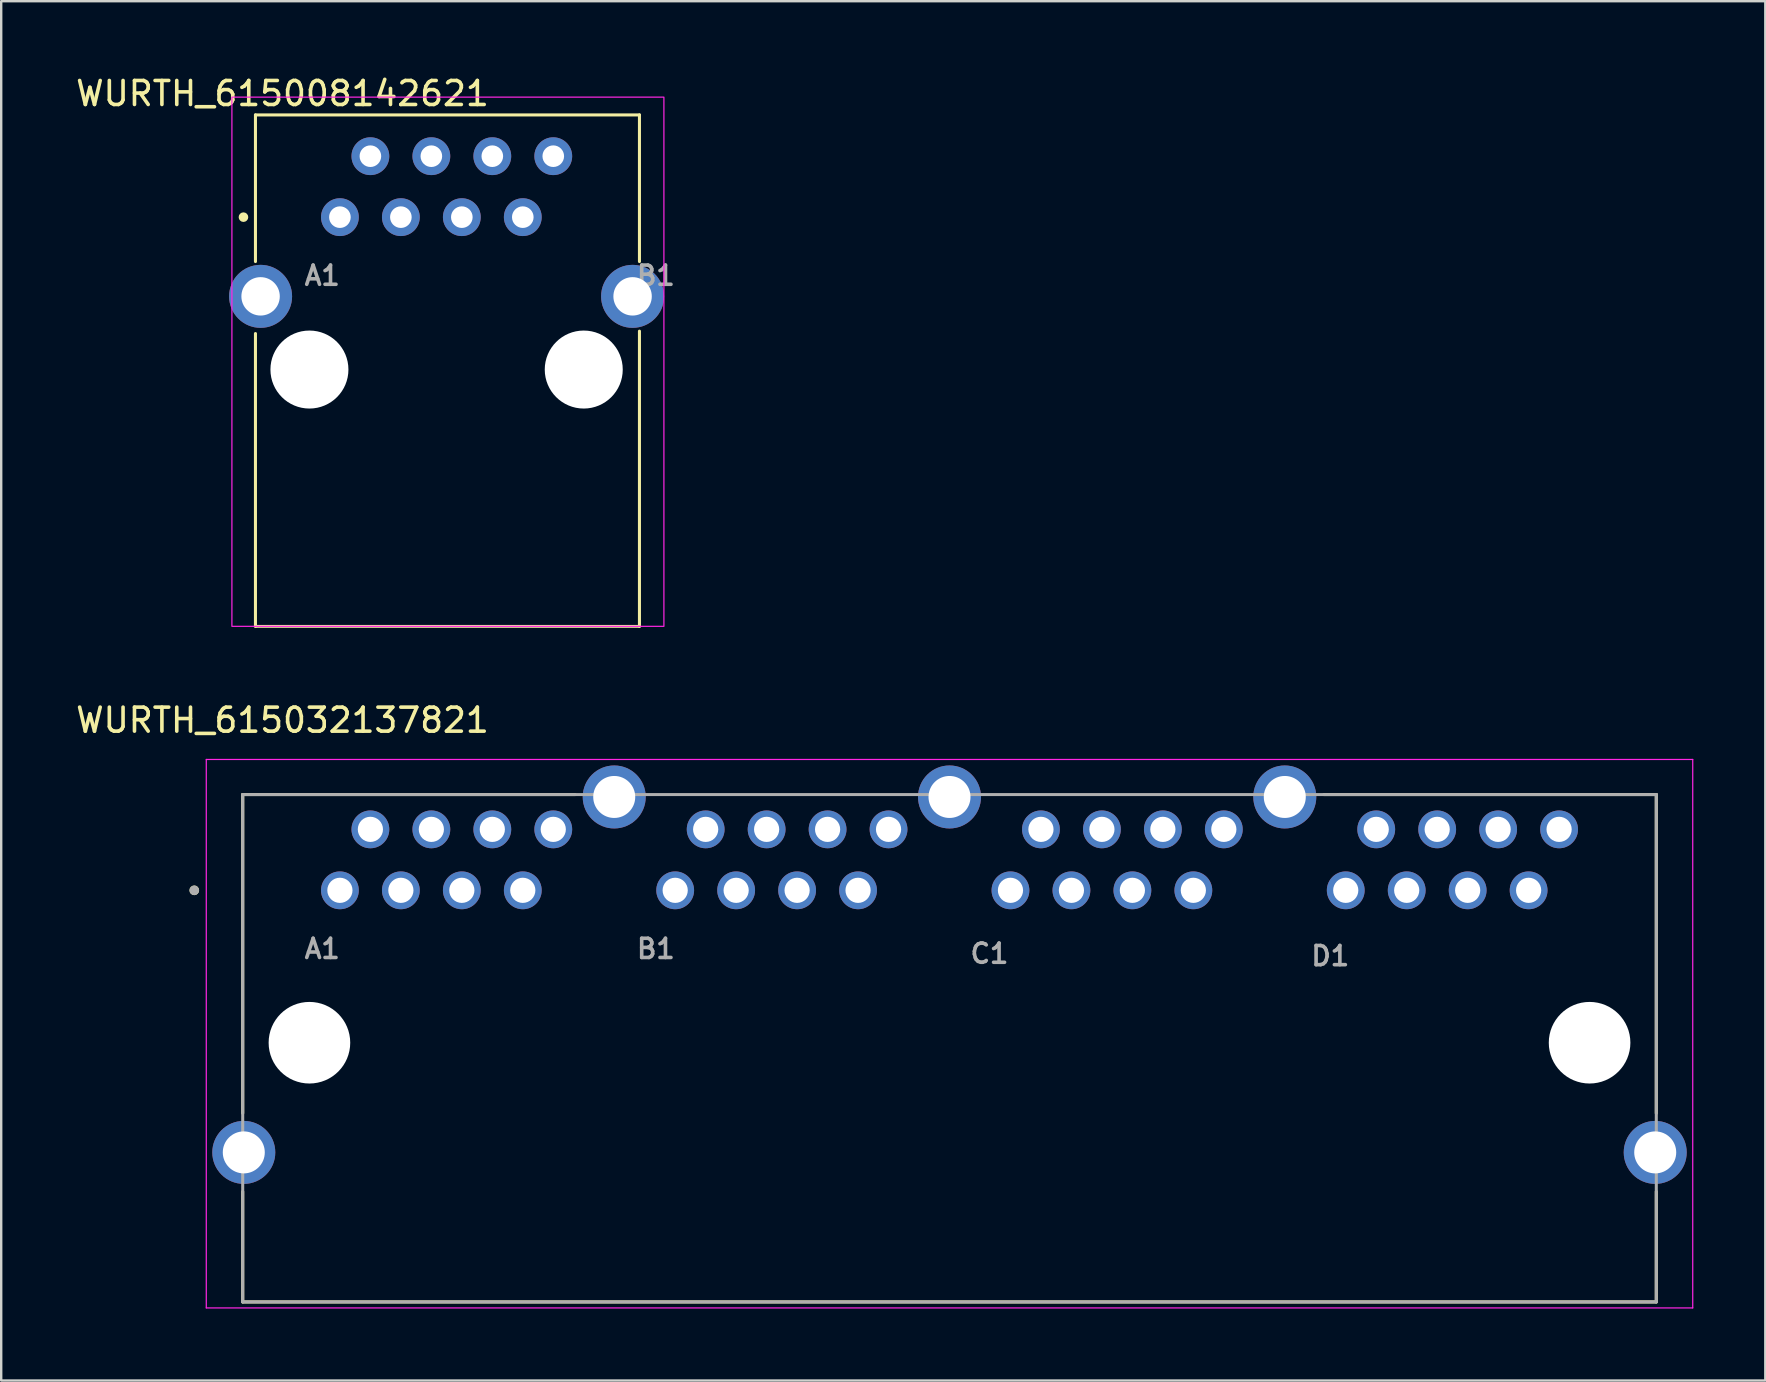
<source format=kicad_pcb>
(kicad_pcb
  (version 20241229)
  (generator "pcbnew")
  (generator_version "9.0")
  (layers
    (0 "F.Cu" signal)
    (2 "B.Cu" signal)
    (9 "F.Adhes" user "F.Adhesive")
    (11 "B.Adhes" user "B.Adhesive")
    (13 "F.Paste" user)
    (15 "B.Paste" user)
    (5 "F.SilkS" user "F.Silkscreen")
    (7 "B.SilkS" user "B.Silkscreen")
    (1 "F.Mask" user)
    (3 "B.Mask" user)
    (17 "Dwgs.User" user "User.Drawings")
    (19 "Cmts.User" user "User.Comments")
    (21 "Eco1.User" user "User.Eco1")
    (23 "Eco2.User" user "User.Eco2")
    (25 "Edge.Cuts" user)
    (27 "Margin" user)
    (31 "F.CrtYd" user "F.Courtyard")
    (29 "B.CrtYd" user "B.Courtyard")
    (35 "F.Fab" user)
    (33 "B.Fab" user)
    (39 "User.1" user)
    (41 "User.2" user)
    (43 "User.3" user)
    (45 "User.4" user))
  (footprint "WURTH_615032137821"
    (layer "F.Cu")
    (at 36.513 40.627)
    (property "Reference" "WURTH_615032137821" (at -27.793 -13.668 180) (layer "F.SilkS") (effects (font (size 1 1) (thickness 0.15))))
    (attr through_hole)
    (fp_line (start -29.45 -10.57) (end -15.602 -10.57) (stroke (width 0.127) (type solid)) (layer "F.SilkS"))
    (fp_line (start -29.45 2.708) (end -29.45 -10.57) (stroke (width 0.127) (type solid)) (layer "F.SilkS"))
    (fp_line (start -29.45 10.57) (end -29.45 5.973) (stroke (width 0.127) (type solid)) (layer "F.SilkS"))
    (fp_line (start 15.602 -10.57) (end 29.45 -10.57) (stroke (width 0.127) (type solid)) (layer "F.SilkS"))
    (fp_line (start 29.45 -10.57) (end 29.45 2.708) (stroke (width 0.127) (type solid)) (layer "F.SilkS"))
    (fp_line (start 29.45 10.57) (end -29.45 10.57) (stroke (width 0.127) (type solid)) (layer "F.SilkS"))
    (fp_line (start 29.45 10.57) (end 29.45 5.973) (stroke (width 0.127) (type solid)) (layer "F.SilkS"))
    (fp_circle (center -31.468 -6.58) (end -31.367 -6.58) (stroke (width 0.2) (type solid)) (fill no) (layer "F.SilkS"))
    (fp_line (start -30.968 -12.033) (end -30.968 10.82) (stroke (width 0.05) (type solid)) (layer "F.CrtYd"))
    (fp_line (start -30.968 10.82) (end 30.968 10.82) (stroke (width 0.05) (type solid)) (layer "F.CrtYd"))
    (fp_line (start 30.968 -12.033) (end -30.968 -12.033) (stroke (width 0.05) (type solid)) (layer "F.CrtYd"))
    (fp_line (start 30.968 10.82) (end 30.968 -12.033) (stroke (width 0.05) (type solid)) (layer "F.CrtYd"))
    (fp_line (start -29.45 -10.57) (end 29.45 -10.57) (stroke (width 0.127) (type solid)) (layer "F.Fab"))
    (fp_line (start -29.45 10.57) (end -29.45 -10.57) (stroke (width 0.127) (type solid)) (layer "F.Fab"))
    (fp_line (start 29.45 -10.57) (end 29.45 10.57) (stroke (width 0.127) (type solid)) (layer "F.Fab"))
    (fp_line (start 29.45 10.57) (end -29.45 10.57) (stroke (width 0.127) (type solid)) (layer "F.Fab"))
    (fp_circle (center -31.468 -6.58) (end -31.367 -6.58) (stroke (width 0.2) (type solid)) (fill no) (layer "F.Fab"))
    (fp_text user "A1" (at -26.135 -4.145 180) (layer "F.Fab") (effects (font (size 0.8 0.8) (thickness 0.15))))
    (fp_text user "B1" (at -12.235 -4.145 180) (layer "F.Fab") (effects (font (size 0.8 0.8) (thickness 0.15))))
    (fp_text user "D1" (at 15.865 -3.845 180) (layer "F.Fab") (effects (font (size 0.8 0.8) (thickness 0.15))))
    (fp_text user "C1" (at 1.665 -3.945 180) (layer "F.Fab") (effects (font (size 0.8 0.8) (thickness 0.15))))
    (pad "" np_thru_hole circle (at -26.67 -0.23) (size 3.4 3.4) (drill 3.4) (layers "*.Cu" "*.Mask"))
    (pad "" np_thru_hole circle (at 26.67 -0.23) (size 3.4 3.4) (drill 3.4) (layers "*.Cu" "*.Mask"))
    (pad "A1" thru_hole circle (at -25.4 -6.58) (size 1.575 1.575) (drill 1.05) (layers "*.Cu" "*.Mask"))
    (pad "A2" thru_hole circle (at -24.13 -9.12) (size 1.575 1.575) (drill 1.05) (layers "*.Cu" "*.Mask"))
    (pad "A3" thru_hole circle (at -22.86 -6.58) (size 1.575 1.575) (drill 1.05) (layers "*.Cu" "*.Mask"))
    (pad "A4" thru_hole circle (at -21.59 -9.12) (size 1.575 1.575) (drill 1.05) (layers "*.Cu" "*.Mask"))
    (pad "A5" thru_hole circle (at -20.32 -6.58) (size 1.575 1.575) (drill 1.05) (layers "*.Cu" "*.Mask"))
    (pad "A6" thru_hole circle (at -19.05 -9.12) (size 1.575 1.575) (drill 1.05) (layers "*.Cu" "*.Mask"))
    (pad "A7" thru_hole circle (at -17.78 -6.58) (size 1.575 1.575) (drill 1.05) (layers "*.Cu" "*.Mask"))
    (pad "A8" thru_hole circle (at -16.51 -9.12) (size 1.575 1.575) (drill 1.05) (layers "*.Cu" "*.Mask"))
    (pad "B1" thru_hole circle (at -11.43 -6.58) (size 1.575 1.575) (drill 1.05) (layers "*.Cu" "*.Mask"))
    (pad "B2" thru_hole circle (at -10.16 -9.12) (size 1.575 1.575) (drill 1.05) (layers "*.Cu" "*.Mask"))
    (pad "B3" thru_hole circle (at -8.89 -6.58) (size 1.575 1.575) (drill 1.05) (layers "*.Cu" "*.Mask"))
    (pad "B4" thru_hole circle (at -7.62 -9.12) (size 1.575 1.575) (drill 1.05) (layers "*.Cu" "*.Mask"))
    (pad "B5" thru_hole circle (at -6.35 -6.58) (size 1.575 1.575) (drill 1.05) (layers "*.Cu" "*.Mask"))
    (pad "B6" thru_hole circle (at -5.08 -9.12) (size 1.575 1.575) (drill 1.05) (layers "*.Cu" "*.Mask"))
    (pad "B7" thru_hole circle (at -3.81 -6.58) (size 1.575 1.575) (drill 1.05) (layers "*.Cu" "*.Mask"))
    (pad "B8" thru_hole circle (at -2.54 -9.12) (size 1.575 1.575) (drill 1.05) (layers "*.Cu" "*.Mask"))
    (pad "C1" thru_hole circle (at 2.54 -6.58) (size 1.575 1.575) (drill 1.05) (layers "*.Cu" "*.Mask"))
    (pad "C2" thru_hole circle (at 3.81 -9.12) (size 1.575 1.575) (drill 1.05) (layers "*.Cu" "*.Mask"))
    (pad "C3" thru_hole circle (at 5.08 -6.58) (size 1.575 1.575) (drill 1.05) (layers "*.Cu" "*.Mask"))
    (pad "C4" thru_hole circle (at 6.35 -9.12) (size 1.575 1.575) (drill 1.05) (layers "*.Cu" "*.Mask"))
    (pad "C5" thru_hole circle (at 7.62 -6.58) (size 1.575 1.575) (drill 1.05) (layers "*.Cu" "*.Mask"))
    (pad "C6" thru_hole circle (at 8.89 -9.12) (size 1.575 1.575) (drill 1.05) (layers "*.Cu" "*.Mask"))
    (pad "C7" thru_hole circle (at 10.16 -6.58) (size 1.575 1.575) (drill 1.05) (layers "*.Cu" "*.Mask"))
    (pad "C8" thru_hole circle (at 11.43 -9.12) (size 1.575 1.575) (drill 1.05) (layers "*.Cu" "*.Mask"))
    (pad "D1" thru_hole circle (at 16.51 -6.58) (size 1.575 1.575) (drill 1.05) (layers "*.Cu" "*.Mask"))
    (pad "D2" thru_hole circle (at 17.78 -9.12) (size 1.575 1.575) (drill 1.05) (layers "*.Cu" "*.Mask"))
    (pad "D3" thru_hole circle (at 19.05 -6.58) (size 1.575 1.575) (drill 1.05) (layers "*.Cu" "*.Mask"))
    (pad "D4" thru_hole circle (at 20.32 -9.12) (size 1.575 1.575) (drill 1.05) (layers "*.Cu" "*.Mask"))
    (pad "D5" thru_hole circle (at 21.59 -6.58) (size 1.575 1.575) (drill 1.05) (layers "*.Cu" "*.Mask"))
    (pad "D6" thru_hole circle (at 22.86 -9.12) (size 1.575 1.575) (drill 1.05) (layers "*.Cu" "*.Mask"))
    (pad "D7" thru_hole circle (at 24.13 -6.58) (size 1.575 1.575) (drill 1.05) (layers "*.Cu" "*.Mask"))
    (pad "D8" thru_hole circle (at 25.4 -9.12) (size 1.575 1.575) (drill 1.05) (layers "*.Cu" "*.Mask"))
    (pad "S1" thru_hole circle (at -29.405 4.34) (size 2.625 2.625) (drill 1.75) (layers "*.Cu" "*.Mask"))
    (pad "S2" thru_hole circle (at -13.97 -10.47) (size 2.625 2.625) (drill 1.75) (layers "*.Cu" "*.Mask"))
    (pad "S3" thru_hole circle (at 0 -10.47) (size 2.625 2.625) (drill 1.75) (layers "*.Cu" "*.Mask"))
    (pad "S4" thru_hole circle (at 13.97 -10.47) (size 2.625 2.625) (drill 1.75) (layers "*.Cu" "*.Mask"))
    (pad "S5" thru_hole circle (at 29.405 4.34) (size 2.625 2.625) (drill 1.75) (layers "*.Cu" "*.Mask")))
  (footprint "WURTH_615008142621"
    (layer "F.Cu")
    (at 11.113 5.998)
    (property "Reference" "WURTH_615008142621" (at -2.393 -5.15 180) (layer "F.SilkS") (effects (font (size 1 1) (thickness 0.15))))
    (attr through_hole)
    (fp_line (start -3.519 -4.26) (end 12.481 -4.26) (stroke (width 0.127) (type solid)) (layer "F.SilkS"))
    (fp_line (start -3.519 1.85) (end -3.519 -4.26) (stroke (width 0.127) (type solid)) (layer "F.SilkS"))
    (fp_line (start -3.519 17.05) (end -3.519 4.85) (stroke (width 0.127) (type solid)) (layer "F.SilkS"))
    (fp_line (start -3.519 17.05) (end 12.481 17.05) (stroke (width 0.12) (type default)) (layer "F.SilkS"))
    (fp_line (start 12.481 1.85) (end 12.481 -4.26) (stroke (width 0.127) (type solid)) (layer "F.SilkS"))
    (fp_line (start 12.481 17.05) (end 12.481 4.75) (stroke (width 0.127) (type solid)) (layer "F.SilkS"))
    (fp_circle (center -4.019 0) (end -3.919 0) (stroke (width 0.2) (type solid)) (fill no) (layer "F.SilkS"))
    (fp_rect (start -4.5 -5) (end 13.5 17.05) (stroke (width 0.05) (type default)) (fill no) (layer "F.CrtYd"))
    (fp_text user "A1" (at -0.735 2.435 180) (layer "F.Fab") (effects (font (size 0.8 0.8) (thickness 0.15))))
    (fp_text user "B1" (at 13.165 2.435 180) (layer "F.Fab") (effects (font (size 0.8 0.8) (thickness 0.15))))
    (pad "" np_thru_hole circle (at -1.27 6.35) (size 3.25 3.25) (drill 3.25) (layers "*.Cu" "*.Mask"))
    (pad "" np_thru_hole circle (at 10.16 6.35) (size 3.25 3.25) (drill 3.25) (layers "*.Cu" "*.Mask"))
    (pad "A1" thru_hole circle (at 0 0) (size 1.575 1.575) (drill 0.9) (layers "*.Cu" "*.Mask"))
    (pad "A2" thru_hole circle (at 1.27 -2.54) (size 1.575 1.575) (drill 0.9) (layers "*.Cu" "*.Mask"))
    (pad "A3" thru_hole circle (at 2.54 0) (size 1.575 1.575) (drill 0.9) (layers "*.Cu" "*.Mask"))
    (pad "A4" thru_hole circle (at 3.81 -2.54) (size 1.575 1.575) (drill 0.9) (layers "*.Cu" "*.Mask"))
    (pad "A5" thru_hole circle (at 5.08 0) (size 1.575 1.575) (drill 0.9) (layers "*.Cu" "*.Mask"))
    (pad "A6" thru_hole circle (at 6.35 -2.54) (size 1.575 1.575) (drill 0.9) (layers "*.Cu" "*.Mask"))
    (pad "A7" thru_hole circle (at 7.62 0) (size 1.575 1.575) (drill 0.9) (layers "*.Cu" "*.Mask"))
    (pad "A8" thru_hole circle (at 8.89 -2.54) (size 1.575 1.575) (drill 0.9) (layers "*.Cu" "*.Mask"))
    (pad "S1" thru_hole circle (at -3.305 3.3) (size 2.625 2.625) (drill 1.6) (layers "*.Cu" "*.Mask"))
    (pad "S1" thru_hole circle (at 12.195 3.3) (size 2.625 2.625) (drill 1.6) (layers "*.Cu" "*.Mask")))
  (gr_rect
    (start -3 -3)
    (end 70.505 54.472)
    (stroke (width 0.1) (type default))
    (fill no)
    (layer "Edge.Cuts")))
</source>
